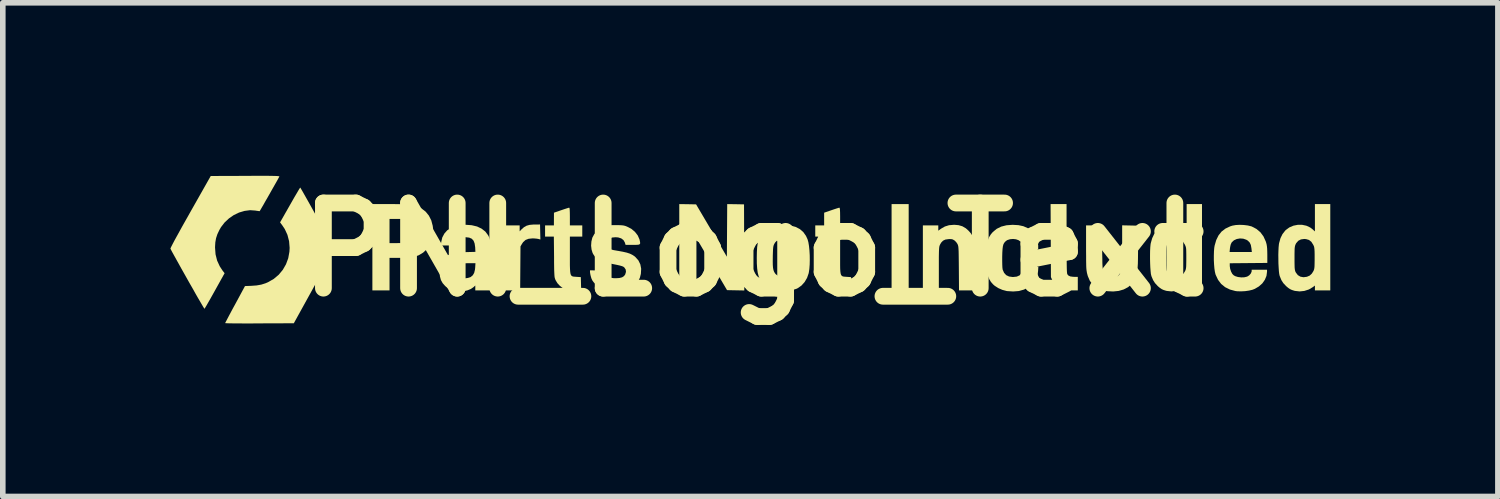
<source format=kicad_pcb>
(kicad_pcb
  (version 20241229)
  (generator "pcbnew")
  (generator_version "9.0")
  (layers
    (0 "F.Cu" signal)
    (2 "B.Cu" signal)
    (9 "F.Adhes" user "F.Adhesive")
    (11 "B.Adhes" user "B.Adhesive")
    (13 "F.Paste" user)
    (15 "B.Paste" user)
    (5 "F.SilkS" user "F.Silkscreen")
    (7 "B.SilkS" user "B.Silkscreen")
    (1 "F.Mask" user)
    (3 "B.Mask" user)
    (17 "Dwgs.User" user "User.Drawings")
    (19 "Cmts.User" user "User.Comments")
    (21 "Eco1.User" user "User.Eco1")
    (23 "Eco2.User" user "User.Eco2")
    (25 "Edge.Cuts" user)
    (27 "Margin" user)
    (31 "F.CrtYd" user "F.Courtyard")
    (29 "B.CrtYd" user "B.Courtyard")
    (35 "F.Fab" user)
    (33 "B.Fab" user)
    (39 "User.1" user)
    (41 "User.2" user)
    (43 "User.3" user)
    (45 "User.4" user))
  (footprint "PNI_Logo_Text"
    (layer "F.Cu")
    (at 10.431 1.418)
    (property "Reference" "PNI_Logo_Text" (at 0 0 0) (layer "F.SilkS") (effects (font (size 1.524 1.524) (thickness 0.3))))
    (attr board_only exclude_from_pos_files exclude_from_bom)
    (fp_poly (pts (xy 2.783 0.73) (xy 2.477 0.73) (xy 2.477 -0.815) (xy 2.783 -0.815)) (stroke (width 0) (type solid)) (fill yes) (layer "F.SilkS"))
    (fp_poly (pts (xy -1.172 -0.813) (xy -1.022 -0.81) (xy -0.746 -0.342) (xy -0.471 0.127) (xy -0.468 -0.344) (xy -0.465 -0.815) (xy -0.315 -0.813) (xy -0.164 -0.81) (xy -0.159 0.731) (xy -0.468 0.725) (xy -0.742 0.26) (xy -1.016 -0.205) (xy -1.016 0.73) (xy -1.323 0.73) (xy -1.323 -0.815)) (stroke (width 0) (type solid)) (fill yes) (layer "F.SilkS"))
    (fp_poly (pts (xy -3.809 -0.181) (xy -3.844 -0.191) (xy -3.873 -0.196) (xy -3.913 -0.2) (xy -3.952 -0.201) (xy -4.02 -0.194) (xy -4.075 -0.173) (xy -4.117 -0.135) (xy -4.138 -0.104) (xy -4.165 -0.058) (xy -4.168 0.336) (xy -4.171 0.73) (xy -4.456 0.73) (xy -4.456 -0.434) (xy -4.18 -0.434) (xy -4.18 -0.327) (xy -4.146 -0.363) (xy -4.102 -0.402) (xy -4.056 -0.428) (xy -4.002 -0.443) (xy -3.935 -0.449) (xy -3.916 -0.449) (xy -3.815 -0.45)) (stroke (width 0) (type solid)) (fill yes) (layer "F.SilkS"))
    (fp_poly (pts (xy 5.609 -0.202) (xy 5.609 -0.054) (xy 5.61 0.072) (xy 5.611 0.179) (xy 5.612 0.267) (xy 5.613 0.335) (xy 5.615 0.386) (xy 5.618 0.42) (xy 5.621 0.437) (xy 5.621 0.438) (xy 5.641 0.463) (xy 5.673 0.479) (xy 5.722 0.486) (xy 5.747 0.487) (xy 5.81 0.487) (xy 5.81 0.73) (xy 5.696 0.73) (xy 5.618 0.727) (xy 5.558 0.719) (xy 5.532 0.712) (xy 5.476 0.684) (xy 5.422 0.641) (xy 5.378 0.589) (xy 5.354 0.548) (xy 5.329 0.492) (xy 5.326 -0.161) (xy 5.323 -0.815) (xy 5.609 -0.815)) (stroke (width 0) (type solid)) (fill yes) (layer "F.SilkS"))
    (fp_poly (pts (xy -3.287 -0.742) (xy -3.284 -0.714) (xy -3.282 -0.667) (xy -3.281 -0.599) (xy -3.281 -0.593) (xy -3.281 -0.434) (xy -3.059 -0.434) (xy -3.059 -0.233) (xy -3.281 -0.233) (xy -3.281 0.099) (xy -3.281 0.199) (xy -3.281 0.279) (xy -3.279 0.343) (xy -3.276 0.391) (xy -3.271 0.427) (xy -3.263 0.452) (xy -3.252 0.468) (xy -3.236 0.478) (xy -3.216 0.483) (xy -3.19 0.485) (xy -3.163 0.487) (xy -3.085 0.492) (xy -3.082 0.611) (xy -3.079 0.73) (xy -3.193 0.73) (xy -3.253 0.728) (xy -3.306 0.723) (xy -3.347 0.716) (xy -3.356 0.714) (xy -3.408 0.689) (xy -3.459 0.649) (xy -3.504 0.601) (xy -3.536 0.548) (xy -3.536 0.548) (xy -3.543 0.532) (xy -3.548 0.517) (xy -3.553 0.5) (xy -3.556 0.479) (xy -3.558 0.451) (xy -3.56 0.413) (xy -3.562 0.364) (xy -3.563 0.301) (xy -3.564 0.222) (xy -3.564 0.13) (xy -3.568 -0.233) (xy -3.725 -0.233) (xy -3.725 -0.434) (xy -3.567 -0.434) (xy -3.566 -0.661) (xy -3.435 -0.706) (xy -3.385 -0.723) (xy -3.342 -0.737) (xy -3.31 -0.747) (xy -3.294 -0.751) (xy -3.293 -0.751)) (stroke (width 0) (type solid)) (fill yes) (layer "F.SilkS"))
    (fp_poly (pts (xy 1.549 -0.742) (xy 1.553 -0.714) (xy 1.555 -0.667) (xy 1.556 -0.599) (xy 1.556 -0.593) (xy 1.556 -0.434) (xy 1.778 -0.434) (xy 1.778 -0.233) (xy 1.556 -0.233) (xy 1.556 0.099) (xy 1.556 0.199) (xy 1.556 0.279) (xy 1.557 0.343) (xy 1.56 0.391) (xy 1.565 0.427) (xy 1.573 0.452) (xy 1.585 0.468) (xy 1.6 0.478) (xy 1.621 0.483) (xy 1.647 0.485) (xy 1.674 0.487) (xy 1.752 0.492) (xy 1.755 0.611) (xy 1.758 0.73) (xy 1.643 0.73) (xy 1.584 0.728) (xy 1.531 0.723) (xy 1.49 0.716) (xy 1.48 0.714) (xy 1.429 0.689) (xy 1.377 0.649) (xy 1.333 0.601) (xy 1.301 0.548) (xy 1.301 0.548) (xy 1.294 0.532) (xy 1.288 0.517) (xy 1.284 0.5) (xy 1.281 0.479) (xy 1.278 0.451) (xy 1.276 0.413) (xy 1.275 0.364) (xy 1.274 0.301) (xy 1.273 0.222) (xy 1.272 0.13) (xy 1.269 -0.233) (xy 1.111 -0.233) (xy 1.111 -0.434) (xy 1.27 -0.434) (xy 1.27 -0.661) (xy 1.401 -0.706) (xy 1.451 -0.723) (xy 1.494 -0.737) (xy 1.526 -0.747) (xy 1.543 -0.751) (xy 1.544 -0.751)) (stroke (width 0) (type solid)) (fill yes) (layer "F.SilkS"))
    (fp_poly (pts (xy -6.501 -0.815) (xy -6.418 -0.815) (xy -6.339 -0.814) (xy -6.268 -0.812) (xy -6.208 -0.81) (xy -6.161 -0.808) (xy -6.131 -0.806) (xy -6.128 -0.805) (xy -6.025 -0.779) (xy -5.937 -0.737) (xy -5.863 -0.68) (xy -5.805 -0.609) (xy -5.762 -0.524) (xy -5.736 -0.426) (xy -5.729 -0.37) (xy -5.731 -0.267) (xy -5.75 -0.171) (xy -5.787 -0.084) (xy -5.84 -0.009) (xy -5.908 0.054) (xy -5.989 0.102) (xy -6.082 0.134) (xy -6.094 0.136) (xy -6.124 0.14) (xy -6.17 0.144) (xy -6.227 0.146) (xy -6.29 0.148) (xy -6.329 0.148) (xy -6.509 0.148) (xy -6.509 0.73) (xy -6.816 0.73) (xy -6.816 -0.55) (xy -6.509 -0.55) (xy -6.509 -0.116) (xy -6.347 -0.117) (xy -6.282 -0.117) (xy -6.233 -0.119) (xy -6.198 -0.122) (xy -6.171 -0.127) (xy -6.15 -0.134) (xy -6.144 -0.136) (xy -6.09 -0.171) (xy -6.053 -0.216) (xy -6.044 -0.236) (xy -6.035 -0.278) (xy -6.033 -0.33) (xy -6.037 -0.383) (xy -6.048 -0.429) (xy -6.052 -0.439) (xy -6.072 -0.475) (xy -6.096 -0.503) (xy -6.126 -0.523) (xy -6.166 -0.537) (xy -6.219 -0.545) (xy -6.287 -0.549) (xy -6.353 -0.55) (xy -6.509 -0.55) (xy -6.816 -0.55) (xy -6.816 -0.815)) (stroke (width 0) (type solid)) (fill yes) (layer "F.SilkS"))
    (fp_poly (pts (xy 3.675 -0.438) (xy 3.744 -0.418) (xy 3.806 -0.382) (xy 3.854 -0.339) (xy 3.89 -0.299) (xy 3.915 -0.262) (xy 3.933 -0.22) (xy 3.938 -0.205) (xy 3.945 -0.186) (xy 3.949 -0.168) (xy 3.953 -0.148) (xy 3.957 -0.124) (xy 3.959 -0.094) (xy 3.961 -0.055) (xy 3.963 -0.006) (xy 3.964 0.056) (xy 3.965 0.134) (xy 3.966 0.229) (xy 3.966 0.299) (xy 3.97 0.73) (xy 3.684 0.73) (xy 3.681 0.336) (xy 3.68 0.234) (xy 3.679 0.15) (xy 3.678 0.084) (xy 3.677 0.031) (xy 3.675 -0.009) (xy 3.673 -0.038) (xy 3.67 -0.061) (xy 3.666 -0.077) (xy 3.661 -0.09) (xy 3.657 -0.1) (xy 3.634 -0.134) (xy 3.605 -0.163) (xy 3.598 -0.167) (xy 3.573 -0.182) (xy 3.548 -0.188) (xy 3.513 -0.189) (xy 3.495 -0.188) (xy 3.439 -0.18) (xy 3.398 -0.16) (xy 3.366 -0.127) (xy 3.347 -0.095) (xy 3.341 -0.082) (xy 3.336 -0.07) (xy 3.332 -0.055) (xy 3.329 -0.035) (xy 3.327 -0.008) (xy 3.325 0.027) (xy 3.324 0.074) (xy 3.323 0.135) (xy 3.323 0.212) (xy 3.323 0.306) (xy 3.323 0.341) (xy 3.323 0.73) (xy 3.037 0.73) (xy 3.037 -0.434) (xy 3.313 -0.434) (xy 3.313 -0.339) (xy 3.363 -0.375) (xy 3.431 -0.414) (xy 3.505 -0.437) (xy 3.589 -0.444) (xy 3.593 -0.445)) (stroke (width 0) (type solid)) (fill yes) (layer "F.SilkS"))
    (fp_poly (pts (xy -8.101 -1.102) (xy -8.086 -1.076) (xy -8.062 -1.035) (xy -8.031 -0.98) (xy -7.993 -0.913) (xy -7.949 -0.835) (xy -7.901 -0.749) (xy -7.849 -0.655) (xy -7.797 -0.561) (xy -7.492 -0.012) (xy -7.518 0.039) (xy -7.528 0.057) (xy -7.547 0.092) (xy -7.574 0.142) (xy -7.609 0.205) (xy -7.65 0.28) (xy -7.697 0.365) (xy -7.748 0.459) (xy -7.803 0.559) (xy -7.861 0.664) (xy -7.883 0.704) (xy -8.222 1.318) (xy -8.837 1.32) (xy -8.948 1.321) (xy -9.054 1.321) (xy -9.15 1.321) (xy -9.237 1.32) (xy -9.311 1.32) (xy -9.372 1.319) (xy -9.416 1.318) (xy -9.443 1.316) (xy -9.451 1.315) (xy -9.446 1.304) (xy -9.432 1.277) (xy -9.41 1.235) (xy -9.382 1.182) (xy -9.348 1.118) (xy -9.31 1.047) (xy -9.273 0.98) (xy -9.096 0.652) (xy -8.985 0.648) (xy -8.888 0.641) (xy -8.804 0.626) (xy -8.728 0.602) (xy -8.684 0.583) (xy -8.581 0.524) (xy -8.492 0.449) (xy -8.419 0.361) (xy -8.362 0.262) (xy -8.322 0.154) (xy -8.301 0.038) (xy -8.297 -0.031) (xy -8.307 -0.151) (xy -8.336 -0.264) (xy -8.384 -0.368) (xy -8.43 -0.437) (xy -8.468 -0.488) (xy -8.291 -0.799) (xy -8.249 -0.873) (xy -8.21 -0.941) (xy -8.175 -1) (xy -8.147 -1.048) (xy -8.125 -1.085) (xy -8.111 -1.106) (xy -8.107 -1.111)) (stroke (width 0) (type solid)) (fill yes) (layer "F.SilkS"))
    (fp_poly (pts (xy 6.744 -0.432) (xy 6.884 -0.429) (xy 6.888 -0.074) (xy 6.888 0.054) (xy 6.887 0.162) (xy 6.885 0.254) (xy 6.88 0.331) (xy 6.873 0.395) (xy 6.863 0.449) (xy 6.85 0.494) (xy 6.834 0.532) (xy 6.814 0.567) (xy 6.789 0.599) (xy 6.773 0.617) (xy 6.709 0.672) (xy 6.631 0.713) (xy 6.542 0.739) (xy 6.444 0.749) (xy 6.34 0.744) (xy 6.313 0.74) (xy 6.218 0.716) (xy 6.139 0.678) (xy 6.075 0.625) (xy 6.025 0.557) (xy 5.989 0.473) (xy 5.98 0.44) (xy 5.974 0.417) (xy 5.97 0.393) (xy 5.966 0.368) (xy 5.963 0.337) (xy 5.961 0.298) (xy 5.96 0.25) (xy 5.959 0.189) (xy 5.959 0.114) (xy 5.958 0.021) (xy 5.958 -0.039) (xy 5.958 -0.434) (xy 6.243 -0.434) (xy 6.246 -0.034) (xy 6.247 0.077) (xy 6.249 0.169) (xy 6.25 0.244) (xy 6.253 0.304) (xy 6.257 0.351) (xy 6.262 0.387) (xy 6.269 0.414) (xy 6.279 0.434) (xy 6.29 0.448) (xy 6.304 0.46) (xy 6.321 0.471) (xy 6.357 0.484) (xy 6.403 0.49) (xy 6.452 0.49) (xy 6.496 0.484) (xy 6.524 0.472) (xy 6.543 0.458) (xy 6.558 0.441) (xy 6.571 0.419) (xy 6.581 0.391) (xy 6.589 0.353) (xy 6.595 0.305) (xy 6.599 0.244) (xy 6.601 0.169) (xy 6.603 0.077) (xy 6.604 -0.033) (xy 6.604 -0.088) (xy 6.604 -0.435)) (stroke (width 0) (type solid)) (fill yes) (layer "F.SilkS"))
    (fp_poly (pts (xy 4.748 -0.438) (xy 4.836 -0.419) (xy 4.912 -0.386) (xy 4.977 -0.339) (xy 5.006 -0.31) (xy 5.055 -0.241) (xy 5.087 -0.162) (xy 5.101 -0.077) (xy 5.101 -0.061) (xy 5.101 0) (xy 4.838 0) (xy 4.831 -0.045) (xy 4.816 -0.1) (xy 4.788 -0.141) (xy 4.749 -0.169) (xy 4.704 -0.185) (xy 4.651 -0.191) (xy 4.596 -0.186) (xy 4.549 -0.171) (xy 4.533 -0.161) (xy 4.51 -0.142) (xy 4.492 -0.12) (xy 4.478 -0.093) (xy 4.469 -0.058) (xy 4.463 -0.01) (xy 4.459 0.053) (xy 4.457 0.128) (xy 4.457 0.202) (xy 4.458 0.266) (xy 4.46 0.316) (xy 4.464 0.35) (xy 4.465 0.357) (xy 4.49 0.414) (xy 4.527 0.456) (xy 4.579 0.481) (xy 4.644 0.49) (xy 4.651 0.49) (xy 4.718 0.483) (xy 4.769 0.46) (xy 4.806 0.423) (xy 4.828 0.371) (xy 4.831 0.355) (xy 4.838 0.307) (xy 5.104 0.307) (xy 5.099 0.384) (xy 5.087 0.461) (xy 5.062 0.528) (xy 5.02 0.591) (xy 4.996 0.618) (xy 4.928 0.674) (xy 4.847 0.715) (xy 4.755 0.741) (xy 4.653 0.749) (xy 4.544 0.742) (xy 4.53 0.739) (xy 4.459 0.72) (xy 4.388 0.689) (xy 4.325 0.649) (xy 4.294 0.622) (xy 4.256 0.579) (xy 4.227 0.532) (xy 4.204 0.478) (xy 4.188 0.413) (xy 4.177 0.336) (xy 4.172 0.244) (xy 4.17 0.148) (xy 4.172 0.043) (xy 4.177 -0.044) (xy 4.188 -0.116) (xy 4.203 -0.176) (xy 4.225 -0.228) (xy 4.254 -0.274) (xy 4.29 -0.316) (xy 4.358 -0.372) (xy 4.439 -0.412) (xy 4.533 -0.436) (xy 4.642 -0.444) (xy 4.645 -0.444)) (stroke (width 0) (type solid)) (fill yes) (layer "F.SilkS"))
    (fp_poly (pts (xy -8.677 -1.321) (xy -8.616 -1.32) (xy -8.568 -1.319) (xy -8.532 -1.318) (xy -8.506 -1.316) (xy -8.491 -1.314) (xy -8.482 -1.312) (xy -8.48 -1.309) (xy -8.481 -1.308) (xy -8.487 -1.297) (xy -8.502 -1.269) (xy -8.524 -1.229) (xy -8.553 -1.178) (xy -8.586 -1.12) (xy -8.622 -1.057) (xy -8.659 -0.991) (xy -8.696 -0.926) (xy -8.732 -0.864) (xy -8.764 -0.807) (xy -8.792 -0.759) (xy -8.814 -0.721) (xy -8.828 -0.697) (xy -8.832 -0.689) (xy -8.844 -0.689) (xy -8.87 -0.693) (xy -8.906 -0.698) (xy -8.908 -0.699) (xy -9.005 -0.706) (xy -9.104 -0.693) (xy -9.202 -0.664) (xy -9.296 -0.619) (xy -9.383 -0.559) (xy -9.461 -0.486) (xy -9.525 -0.403) (xy -9.554 -0.353) (xy -9.591 -0.275) (xy -9.614 -0.204) (xy -9.627 -0.131) (xy -9.632 -0.047) (xy -9.632 -0.037) (xy -9.623 0.084) (xy -9.595 0.196) (xy -9.548 0.298) (xy -9.499 0.373) (xy -9.461 0.422) (xy -9.638 0.74) (xy -9.68 0.815) (xy -9.718 0.883) (xy -9.753 0.944) (xy -9.781 0.993) (xy -9.803 1.03) (xy -9.817 1.053) (xy -9.822 1.058) (xy -9.828 1.049) (xy -9.844 1.024) (xy -9.868 0.983) (xy -9.9 0.928) (xy -9.939 0.862) (xy -9.983 0.785) (xy -10.031 0.699) (xy -10.084 0.607) (xy -10.128 0.529) (xy -10.183 0.431) (xy -10.235 0.339) (xy -10.282 0.254) (xy -10.325 0.177) (xy -10.362 0.11) (xy -10.392 0.056) (xy -10.414 0.015) (xy -10.427 -0.011) (xy -10.431 -0.019) (xy -10.426 -0.031) (xy -10.412 -0.06) (xy -10.389 -0.105) (xy -10.358 -0.164) (xy -10.319 -0.235) (xy -10.273 -0.318) (xy -10.222 -0.411) (xy -10.165 -0.512) (xy -10.104 -0.62) (xy -10.072 -0.677) (xy -9.709 -1.318) (xy -9.092 -1.32) (xy -8.96 -1.321) (xy -8.848 -1.321) (xy -8.755 -1.321)) (stroke (width 0) (type solid)) (fill yes) (layer "F.SilkS"))
    (fp_poly (pts (xy 8.782 -0.441) (xy 8.854 -0.432) (xy 8.915 -0.417) (xy 8.924 -0.414) (xy 9.008 -0.37) (xy 9.078 -0.311) (xy 9.133 -0.237) (xy 9.174 -0.147) (xy 9.179 -0.132) (xy 9.189 -0.096) (xy 9.195 -0.06) (xy 9.199 -0.019) (xy 9.201 0.034) (xy 9.202 0.09) (xy 9.202 0.238) (xy 8.866 0.241) (xy 8.53 0.244) (xy 8.53 0.294) (xy 8.537 0.344) (xy 8.555 0.397) (xy 8.556 0.398) (xy 8.576 0.435) (xy 8.6 0.459) (xy 8.628 0.475) (xy 8.677 0.49) (xy 8.735 0.497) (xy 8.792 0.495) (xy 8.841 0.483) (xy 8.841 0.483) (xy 8.877 0.461) (xy 8.905 0.43) (xy 8.92 0.397) (xy 8.922 0.385) (xy 8.922 0.36) (xy 9.197 0.36) (xy 9.197 0.395) (xy 9.187 0.47) (xy 9.158 0.54) (xy 9.112 0.605) (xy 9.051 0.659) (xy 8.978 0.702) (xy 8.934 0.719) (xy 8.875 0.733) (xy 8.805 0.743) (xy 8.732 0.747) (xy 8.664 0.745) (xy 8.631 0.741) (xy 8.532 0.714) (xy 8.447 0.672) (xy 8.376 0.614) (xy 8.32 0.54) (xy 8.278 0.451) (xy 8.275 0.443) (xy 8.264 0.398) (xy 8.255 0.337) (xy 8.249 0.265) (xy 8.245 0.188) (xy 8.245 0.109) (xy 8.247 0.042) (xy 8.527 0.042) (xy 8.925 0.042) (xy 8.918 -0.023) (xy 8.907 -0.084) (xy 8.886 -0.128) (xy 8.853 -0.161) (xy 8.827 -0.177) (xy 8.771 -0.196) (xy 8.712 -0.2) (xy 8.655 -0.19) (xy 8.605 -0.167) (xy 8.567 -0.132) (xy 8.559 -0.119) (xy 8.546 -0.089) (xy 8.537 -0.048) (xy 8.533 -0.021) (xy 8.527 0.042) (xy 8.247 0.042) (xy 8.247 0.035) (xy 8.252 -0.03) (xy 8.259 -0.072) (xy 8.288 -0.172) (xy 8.329 -0.255) (xy 8.383 -0.323) (xy 8.452 -0.376) (xy 8.536 -0.416) (xy 8.576 -0.429) (xy 8.636 -0.44) (xy 8.707 -0.444)) (stroke (width 0) (type solid)) (fill yes) (layer "F.SilkS"))
    (fp_poly (pts (xy 8.033 0.73) (xy 7.758 0.73) (xy 7.758 0.643) (xy 7.72 0.671) (xy 7.649 0.713) (xy 7.569 0.739) (xy 7.485 0.748) (xy 7.403 0.739) (xy 7.389 0.736) (xy 7.345 0.722) (xy 7.312 0.707) (xy 7.282 0.687) (xy 7.247 0.658) (xy 7.236 0.647) (xy 7.192 0.599) (xy 7.158 0.546) (xy 7.13 0.48) (xy 7.126 0.467) (xy 7.118 0.433) (xy 7.113 0.383) (xy 7.108 0.32) (xy 7.105 0.248) (xy 7.103 0.172) (xy 7.103 0.153) (xy 7.392 0.153) (xy 7.393 0.226) (xy 7.393 0.281) (xy 7.395 0.321) (xy 7.397 0.351) (xy 7.401 0.372) (xy 7.407 0.39) (xy 7.414 0.406) (xy 7.416 0.41) (xy 7.452 0.456) (xy 7.498 0.484) (xy 7.553 0.494) (xy 7.615 0.486) (xy 7.663 0.465) (xy 7.702 0.429) (xy 7.729 0.386) (xy 7.737 0.369) (xy 7.743 0.351) (xy 7.747 0.329) (xy 7.75 0.298) (xy 7.751 0.255) (xy 7.752 0.197) (xy 7.752 0.153) (xy 7.752 0.085) (xy 7.751 0.034) (xy 7.75 -0.003) (xy 7.747 -0.031) (xy 7.742 -0.052) (xy 7.735 -0.07) (xy 7.726 -0.09) (xy 7.693 -0.141) (xy 7.652 -0.173) (xy 7.6 -0.188) (xy 7.567 -0.191) (xy 7.507 -0.183) (xy 7.46 -0.159) (xy 7.424 -0.117) (xy 7.415 -0.101) (xy 7.407 -0.084) (xy 7.401 -0.067) (xy 7.397 -0.045) (xy 7.395 -0.016) (xy 7.393 0.025) (xy 7.393 0.08) (xy 7.392 0.153) (xy 7.392 0.153) (xy 7.103 0.153) (xy 7.103 0.096) (xy 7.104 0.024) (xy 7.107 -0.04) (xy 7.112 -0.092) (xy 7.116 -0.116) (xy 7.142 -0.206) (xy 7.177 -0.279) (xy 7.225 -0.34) (xy 7.237 -0.352) (xy 7.301 -0.398) (xy 7.373 -0.429) (xy 7.451 -0.444) (xy 7.529 -0.444) (xy 7.605 -0.428) (xy 7.673 -0.396) (xy 7.708 -0.37) (xy 7.758 -0.326) (xy 7.758 -0.815) (xy 8.033 -0.815)) (stroke (width 0) (type solid)) (fill yes) (layer "F.SilkS"))
    (fp_poly (pts (xy 10.329 0.73) (xy 10.054 0.73) (xy 10.054 0.643) (xy 10.017 0.671) (xy 9.946 0.713) (xy 9.865 0.739) (xy 9.781 0.748) (xy 9.7 0.739) (xy 9.686 0.736) (xy 9.642 0.722) (xy 9.609 0.707) (xy 9.579 0.687) (xy 9.544 0.658) (xy 9.533 0.647) (xy 9.488 0.599) (xy 9.454 0.546) (xy 9.427 0.48) (xy 9.422 0.467) (xy 9.415 0.433) (xy 9.409 0.383) (xy 9.405 0.32) (xy 9.401 0.248) (xy 9.4 0.172) (xy 9.4 0.153) (xy 9.689 0.153) (xy 9.689 0.226) (xy 9.69 0.281) (xy 9.691 0.321) (xy 9.694 0.351) (xy 9.698 0.372) (xy 9.703 0.39) (xy 9.711 0.406) (xy 9.713 0.41) (xy 9.748 0.456) (xy 9.794 0.484) (xy 9.849 0.494) (xy 9.911 0.486) (xy 9.96 0.465) (xy 9.999 0.429) (xy 10.026 0.386) (xy 10.034 0.369) (xy 10.04 0.351) (xy 10.044 0.329) (xy 10.047 0.298) (xy 10.048 0.255) (xy 10.049 0.197) (xy 10.049 0.153) (xy 10.049 0.085) (xy 10.048 0.034) (xy 10.046 -0.003) (xy 10.043 -0.031) (xy 10.039 -0.052) (xy 10.032 -0.07) (xy 10.022 -0.09) (xy 9.989 -0.141) (xy 9.948 -0.173) (xy 9.897 -0.188) (xy 9.864 -0.191) (xy 9.804 -0.183) (xy 9.757 -0.159) (xy 9.72 -0.117) (xy 9.711 -0.101) (xy 9.704 -0.084) (xy 9.698 -0.067) (xy 9.694 -0.045) (xy 9.691 -0.016) (xy 9.69 0.025) (xy 9.689 0.08) (xy 9.689 0.153) (xy 9.689 0.153) (xy 9.4 0.153) (xy 9.399 0.096) (xy 9.401 0.024) (xy 9.404 -0.04) (xy 9.409 -0.092) (xy 9.413 -0.116) (xy 9.438 -0.206) (xy 9.474 -0.279) (xy 9.522 -0.34) (xy 9.534 -0.352) (xy 9.597 -0.398) (xy 9.67 -0.429) (xy 9.747 -0.444) (xy 9.826 -0.444) (xy 9.902 -0.428) (xy 9.97 -0.396) (xy 10.005 -0.37) (xy 10.054 -0.326) (xy 10.054 -0.815) (xy 10.329 -0.815)) (stroke (width 0) (type solid)) (fill yes) (layer "F.SilkS"))
    (fp_poly (pts (xy 0.565 -0.442) (xy 0.671 -0.431) (xy 0.761 -0.406) (xy 0.836 -0.367) (xy 0.897 -0.314) (xy 0.945 -0.246) (xy 0.974 -0.182) (xy 0.988 -0.131) (xy 0.999 -0.064) (xy 1.007 0.015) (xy 1.012 0.1) (xy 1.013 0.187) (xy 1.011 0.271) (xy 1.005 0.348) (xy 0.995 0.412) (xy 0.993 0.423) (xy 0.964 0.506) (xy 0.92 0.581) (xy 0.864 0.643) (xy 0.799 0.689) (xy 0.777 0.7) (xy 0.679 0.732) (xy 0.573 0.747) (xy 0.463 0.745) (xy 0.423 0.739) (xy 0.352 0.72) (xy 0.281 0.689) (xy 0.218 0.649) (xy 0.188 0.622) (xy 0.15 0.579) (xy 0.12 0.532) (xy 0.098 0.478) (xy 0.081 0.413) (xy 0.071 0.336) (xy 0.065 0.244) (xy 0.065 0.21) (xy 0.35 0.21) (xy 0.351 0.275) (xy 0.355 0.325) (xy 0.362 0.363) (xy 0.373 0.394) (xy 0.388 0.42) (xy 0.403 0.439) (xy 0.444 0.47) (xy 0.496 0.488) (xy 0.554 0.492) (xy 0.61 0.48) (xy 0.64 0.467) (xy 0.666 0.445) (xy 0.69 0.411) (xy 0.699 0.397) (xy 0.708 0.377) (xy 0.715 0.359) (xy 0.719 0.338) (xy 0.722 0.311) (xy 0.724 0.274) (xy 0.725 0.223) (xy 0.725 0.155) (xy 0.725 0.148) (xy 0.725 0.078) (xy 0.724 0.026) (xy 0.722 -0.012) (xy 0.72 -0.04) (xy 0.715 -0.062) (xy 0.708 -0.08) (xy 0.7 -0.098) (xy 0.669 -0.144) (xy 0.628 -0.174) (xy 0.575 -0.188) (xy 0.522 -0.188) (xy 0.466 -0.18) (xy 0.425 -0.161) (xy 0.393 -0.128) (xy 0.376 -0.1) (xy 0.368 -0.082) (xy 0.362 -0.062) (xy 0.358 -0.037) (xy 0.355 -0.002) (xy 0.353 0.047) (xy 0.351 0.112) (xy 0.351 0.128) (xy 0.35 0.21) (xy 0.065 0.21) (xy 0.064 0.148) (xy 0.066 0.043) (xy 0.071 -0.044) (xy 0.081 -0.116) (xy 0.097 -0.176) (xy 0.119 -0.228) (xy 0.148 -0.274) (xy 0.184 -0.316) (xy 0.249 -0.371) (xy 0.325 -0.41) (xy 0.413 -0.434) (xy 0.514 -0.443)) (stroke (width 0) (type solid)) (fill yes) (layer "F.SilkS"))
    (fp_poly (pts (xy -5.038 -0.437) (xy -4.942 -0.414) (xy -4.862 -0.376) (xy -4.795 -0.324) (xy -4.745 -0.258) (xy -4.732 -0.233) (xy -4.721 -0.207) (xy -4.712 -0.177) (xy -4.704 -0.141) (xy -4.699 -0.098) (xy -4.695 -0.044) (xy -4.692 0.022) (xy -4.69 0.102) (xy -4.689 0.199) (xy -4.689 0.314) (xy -4.689 0.331) (xy -4.688 0.73) (xy -4.974 0.73) (xy -4.974 0.642) (xy -5.003 0.669) (xy -5.053 0.704) (xy -5.117 0.73) (xy -5.19 0.744) (xy -5.266 0.748) (xy -5.34 0.738) (xy -5.345 0.737) (xy -5.397 0.723) (xy -5.436 0.708) (xy -5.469 0.688) (xy -5.504 0.659) (xy -5.514 0.65) (xy -5.558 0.6) (xy -5.589 0.545) (xy -5.607 0.479) (xy -5.614 0.4) (xy -5.614 0.386) (xy -5.614 0.367) (xy -5.341 0.367) (xy -5.334 0.422) (xy -5.322 0.456) (xy -5.303 0.479) (xy -5.272 0.496) (xy -5.252 0.504) (xy -5.208 0.513) (xy -5.156 0.514) (xy -5.103 0.506) (xy -5.06 0.492) (xy -5.055 0.489) (xy -5.019 0.459) (xy -4.994 0.416) (xy -4.98 0.359) (xy -4.976 0.322) (xy -4.971 0.243) (xy -5.104 0.243) (xy -5.158 0.244) (xy -5.205 0.246) (xy -5.242 0.249) (xy -5.263 0.253) (xy -5.264 0.253) (xy -5.304 0.279) (xy -5.33 0.318) (xy -5.341 0.367) (xy -5.614 0.367) (xy -5.613 0.337) (xy -5.61 0.302) (xy -5.603 0.272) (xy -5.59 0.241) (xy -5.585 0.23) (xy -5.54 0.163) (xy -5.48 0.109) (xy -5.409 0.072) (xy -5.384 0.064) (xy -5.359 0.057) (xy -5.328 0.052) (xy -5.288 0.049) (xy -5.235 0.047) (xy -5.165 0.045) (xy -5.161 0.045) (xy -4.972 0.04) (xy -4.976 -0.042) (xy -4.986 -0.11) (xy -5.005 -0.16) (xy -5.037 -0.195) (xy -5.083 -0.215) (xy -5.144 -0.222) (xy -5.155 -0.222) (xy -5.216 -0.217) (xy -5.26 -0.2) (xy -5.292 -0.169) (xy -5.313 -0.124) (xy -5.329 -0.074) (xy -5.46 -0.074) (xy -5.591 -0.074) (xy -5.584 -0.134) (xy -5.565 -0.217) (xy -5.528 -0.287) (xy -5.476 -0.346) (xy -5.407 -0.391) (xy -5.324 -0.423) (xy -5.227 -0.441) (xy -5.149 -0.445)) (stroke (width 0) (type solid)) (fill yes) (layer "F.SilkS"))
    (fp_poly (pts (xy -2.461 -0.439) (xy -2.4 -0.438) (xy -2.355 -0.436) (xy -2.321 -0.432) (xy -2.292 -0.425) (xy -2.263 -0.414) (xy -2.262 -0.414) (xy -2.182 -0.373) (xy -2.117 -0.319) (xy -2.067 -0.255) (xy -2.035 -0.183) (xy -2.032 -0.17) (xy -2.025 -0.136) (xy -2.023 -0.113) (xy -2.03 -0.098) (xy -2.049 -0.089) (xy -2.082 -0.086) (xy -2.133 -0.085) (xy -2.158 -0.085) (xy -2.284 -0.085) (xy -2.298 -0.13) (xy -2.322 -0.171) (xy -2.362 -0.201) (xy -2.415 -0.218) (xy -2.463 -0.222) (xy -2.527 -0.216) (xy -2.578 -0.196) (xy -2.614 -0.166) (xy -2.633 -0.125) (xy -2.635 -0.1) (xy -2.631 -0.069) (xy -2.618 -0.044) (xy -2.594 -0.023) (xy -2.555 -0.007) (xy -2.501 0.008) (xy -2.427 0.021) (xy -2.419 0.022) (xy -2.332 0.038) (xy -2.262 0.054) (xy -2.207 0.072) (xy -2.162 0.094) (xy -2.123 0.12) (xy -2.108 0.133) (xy -2.054 0.194) (xy -2.02 0.264) (xy -2.005 0.342) (xy -2.01 0.428) (xy -2.011 0.436) (xy -2.028 0.503) (xy -2.054 0.557) (xy -2.093 0.606) (xy -2.108 0.621) (xy -2.175 0.672) (xy -2.256 0.711) (xy -2.347 0.737) (xy -2.444 0.749) (xy -2.543 0.746) (xy -2.582 0.741) (xy -2.67 0.718) (xy -2.744 0.682) (xy -2.811 0.63) (xy -2.821 0.62) (xy -2.856 0.583) (xy -2.878 0.553) (xy -2.893 0.522) (xy -2.903 0.491) (xy -2.913 0.452) (xy -2.919 0.417) (xy -2.921 0.399) (xy -2.921 0.37) (xy -2.786 0.373) (xy -2.652 0.376) (xy -2.645 0.41) (xy -2.629 0.453) (xy -2.6 0.483) (xy -2.557 0.502) (xy -2.497 0.511) (xy -2.461 0.512) (xy -2.395 0.508) (xy -2.347 0.496) (xy -2.313 0.474) (xy -2.291 0.445) (xy -2.277 0.398) (xy -2.282 0.356) (xy -2.306 0.32) (xy -2.327 0.304) (xy -2.348 0.296) (xy -2.385 0.285) (xy -2.433 0.274) (xy -2.488 0.263) (xy -2.498 0.261) (xy -2.597 0.24) (xy -2.678 0.218) (xy -2.742 0.193) (xy -2.792 0.163) (xy -2.831 0.127) (xy -2.862 0.083) (xy -2.875 0.058) (xy -2.893 -0.001) (xy -2.901 -0.071) (xy -2.896 -0.144) (xy -2.88 -0.211) (xy -2.878 -0.216) (xy -2.847 -0.273) (xy -2.8 -0.327) (xy -2.742 -0.374) (xy -2.676 -0.409) (xy -2.666 -0.414) (xy -2.634 -0.425) (xy -2.605 -0.432) (xy -2.572 -0.436) (xy -2.53 -0.438) (xy -2.474 -0.439)) (stroke (width 0) (type solid)) (fill yes) (layer "F.SilkS")))
  (gr_rect
    (start -3 -3)
    (end 23.76 5.836)
    (stroke (width 0.1) (type default))
    (fill no)
    (layer "Edge.Cuts")))
</source>
